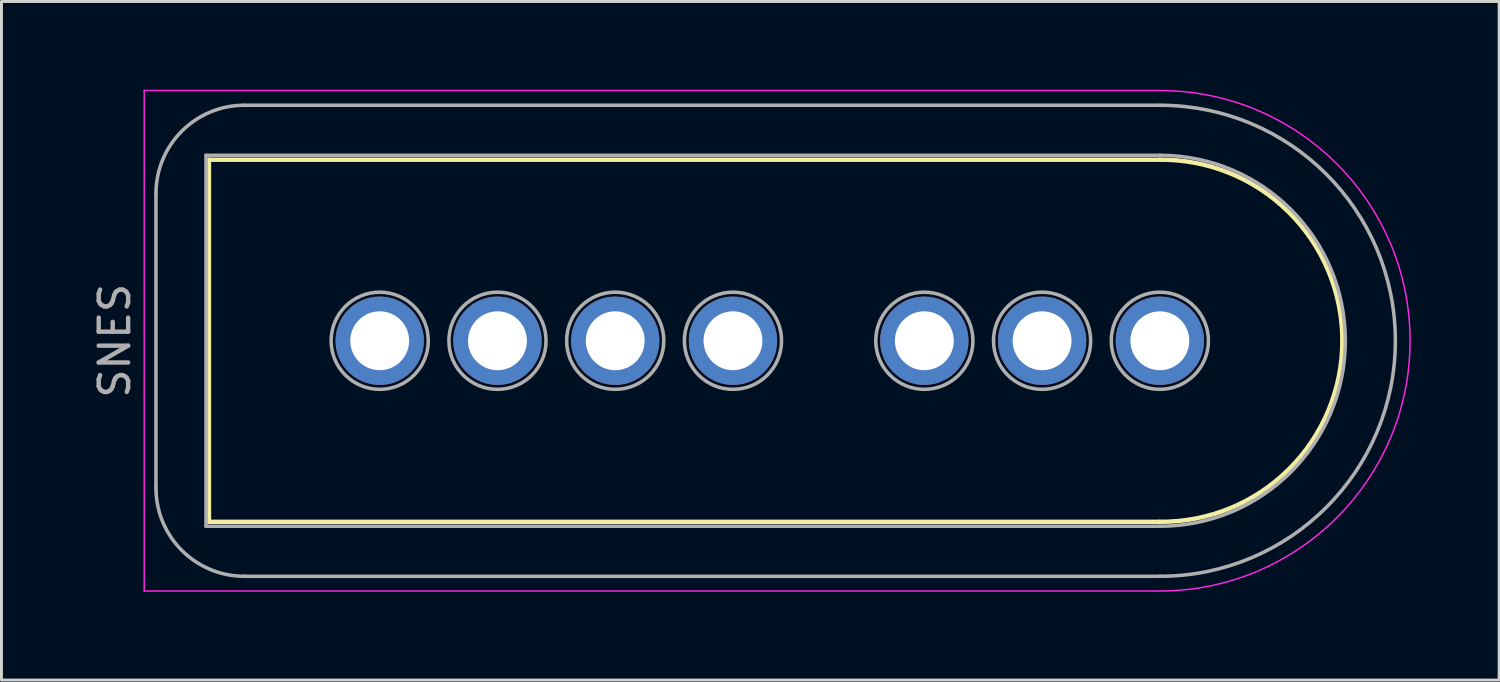
<source format=kicad_pcb>
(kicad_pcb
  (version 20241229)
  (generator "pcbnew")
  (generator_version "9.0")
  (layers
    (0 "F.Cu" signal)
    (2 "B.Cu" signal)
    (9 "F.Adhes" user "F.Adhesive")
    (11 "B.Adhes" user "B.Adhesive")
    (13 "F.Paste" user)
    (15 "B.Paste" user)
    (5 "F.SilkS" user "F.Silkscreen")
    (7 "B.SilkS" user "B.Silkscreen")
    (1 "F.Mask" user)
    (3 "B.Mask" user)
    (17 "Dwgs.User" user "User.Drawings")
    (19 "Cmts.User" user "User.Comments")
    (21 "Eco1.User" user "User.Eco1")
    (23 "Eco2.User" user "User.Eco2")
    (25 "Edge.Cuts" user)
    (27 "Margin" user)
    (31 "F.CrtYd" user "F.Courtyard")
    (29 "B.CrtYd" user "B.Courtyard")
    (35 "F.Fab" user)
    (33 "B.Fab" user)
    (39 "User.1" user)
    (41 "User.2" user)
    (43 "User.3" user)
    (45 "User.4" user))
  (footprint "SNES"
    (layer "F.Cu")
    (at 9.848 8.525)
    (property "Reference" "SNES" (at -9 0 270) (layer "F.Fab") (effects (font (size 1 1) (thickness 0.15))))
    (attr through_hole)
    (fp_line (start -5.8 -6.15) (end 26.5 -6.15) (stroke (width 0.15) (type solid)) (layer "F.SilkS"))
    (fp_line (start -5.8 6.15) (end -5.8 -6.15) (stroke (width 0.15) (type solid)) (layer "F.SilkS"))
    (fp_line (start -5.8 6.15) (end 26.5 6.15) (stroke (width 0.15) (type solid)) (layer "F.SilkS"))
    (fp_arc (start 26.5 -6.15) (mid 30.881137 -4.366492) (end 32.700203 0) (stroke (width 0.15) (type solid)) (layer "F.SilkS"))
    (fp_arc (start 32.7 0) (mid 30.880994 4.366348) (end 26.500002 6.149797) (stroke (width 0.15) (type solid)) (layer "F.SilkS"))
    (fp_line (start -8 -8.5) (end -8 8.5) (stroke (width 0.05) (type solid)) (layer "F.CrtYd"))
    (fp_line (start -8 -8.5) (end 26.5 -8.5) (stroke (width 0.05) (type solid)) (layer "F.CrtYd"))
    (fp_line (start -8 8.5) (end 26.5 8.5) (stroke (width 0.05) (type solid)) (layer "F.CrtYd"))
    (fp_arc (start 26.5 -8.5) (mid 35 0) (end 26.5 8.5) (stroke (width 0.05) (type solid)) (layer "F.CrtYd"))
    (fp_line (start -7.6 -5) (end -7.6 5) (stroke (width 0.12) (type solid)) (layer "F.Fab"))
    (fp_line (start -5.9 -6.3) (end -5.9 6.3) (stroke (width 0.12) (type solid)) (layer "F.Fab"))
    (fp_line (start -5.9 -6.3) (end 26.5 -6.3) (stroke (width 0.12) (type solid)) (layer "F.Fab"))
    (fp_line (start -5.9 6.3) (end 26.5 6.3) (stroke (width 0.12) (type solid)) (layer "F.Fab"))
    (fp_line (start -4.6 -8) (end 26.5 -8) (stroke (width 0.12) (type solid)) (layer "F.Fab"))
    (fp_line (start -4.6 8) (end 26.5 8) (stroke (width 0.12) (type solid)) (layer "F.Fab"))
    (fp_arc (start -7.6 -5) (mid -6.72132 -7.12132) (end -4.6 -8) (stroke (width 0.12) (type solid)) (layer "F.Fab"))
    (fp_arc (start -4.6 8) (mid -6.72132 7.12132) (end -7.6 5) (stroke (width 0.12) (type solid)) (layer "F.Fab"))
    (fp_arc (start 26.5 -8) (mid 34.5 0) (end 26.5 8) (stroke (width 0.12) (type solid)) (layer "F.Fab"))
    (fp_arc (start 26.5 -6.3) (mid 32.8 0) (end 26.5 6.3) (stroke (width 0.12) (type solid)) (layer "F.Fab"))
    (fp_circle (center 0 0) (end 1.65 0) (stroke (width 0.12) (type solid)) (fill no) (layer "F.Fab"))
    (fp_circle (center 4 0) (end 5.65 0) (stroke (width 0.12) (type solid)) (fill no) (layer "F.Fab"))
    (fp_circle (center 8 0) (end 9.65 0) (stroke (width 0.12) (type solid)) (fill no) (layer "F.Fab"))
    (fp_circle (center 12 0) (end 13.65 0) (stroke (width 0.12) (type solid)) (fill no) (layer "F.Fab"))
    (fp_circle (center 18.5 0) (end 20.15 0) (stroke (width 0.12) (type solid)) (fill no) (layer "F.Fab"))
    (fp_circle (center 22.5 0) (end 24.15 0) (stroke (width 0.12) (type solid)) (fill no) (layer "F.Fab"))
    (fp_circle (center 26.5 0) (end 28.15 0) (stroke (width 0.12) (type solid)) (fill no) (layer "F.Fab"))
    (pad "1" thru_hole circle (at 0 0) (size 3 3) (drill 2) (layers "*.Cu" "*.Mask"))
    (pad "2" thru_hole circle (at 4 0) (size 3 3) (drill 2) (layers "*.Cu" "*.Mask"))
    (pad "3" thru_hole circle (at 8 0) (size 3 3) (drill 2) (layers "*.Cu" "*.Mask"))
    (pad "4" thru_hole circle (at 12 0) (size 3 3) (drill 2) (layers "*.Cu" "*.Mask"))
    (pad "5" thru_hole circle (at 18.5 0) (size 3 3) (drill 2) (layers "*.Cu" "*.Mask"))
    (pad "6" thru_hole circle (at 22.5 0) (size 3 3) (drill 2) (layers "*.Cu" "*.Mask"))
    (pad "7" thru_hole circle (at 26.5 0) (size 3 3) (drill 2) (layers "*.Cu" "*.Mask")))
  (gr_rect
    (start -3 -3)
    (end 47.873 20.05)
    (stroke (width 0.1) (type default))
    (fill no)
    (layer "Edge.Cuts")))
</source>
